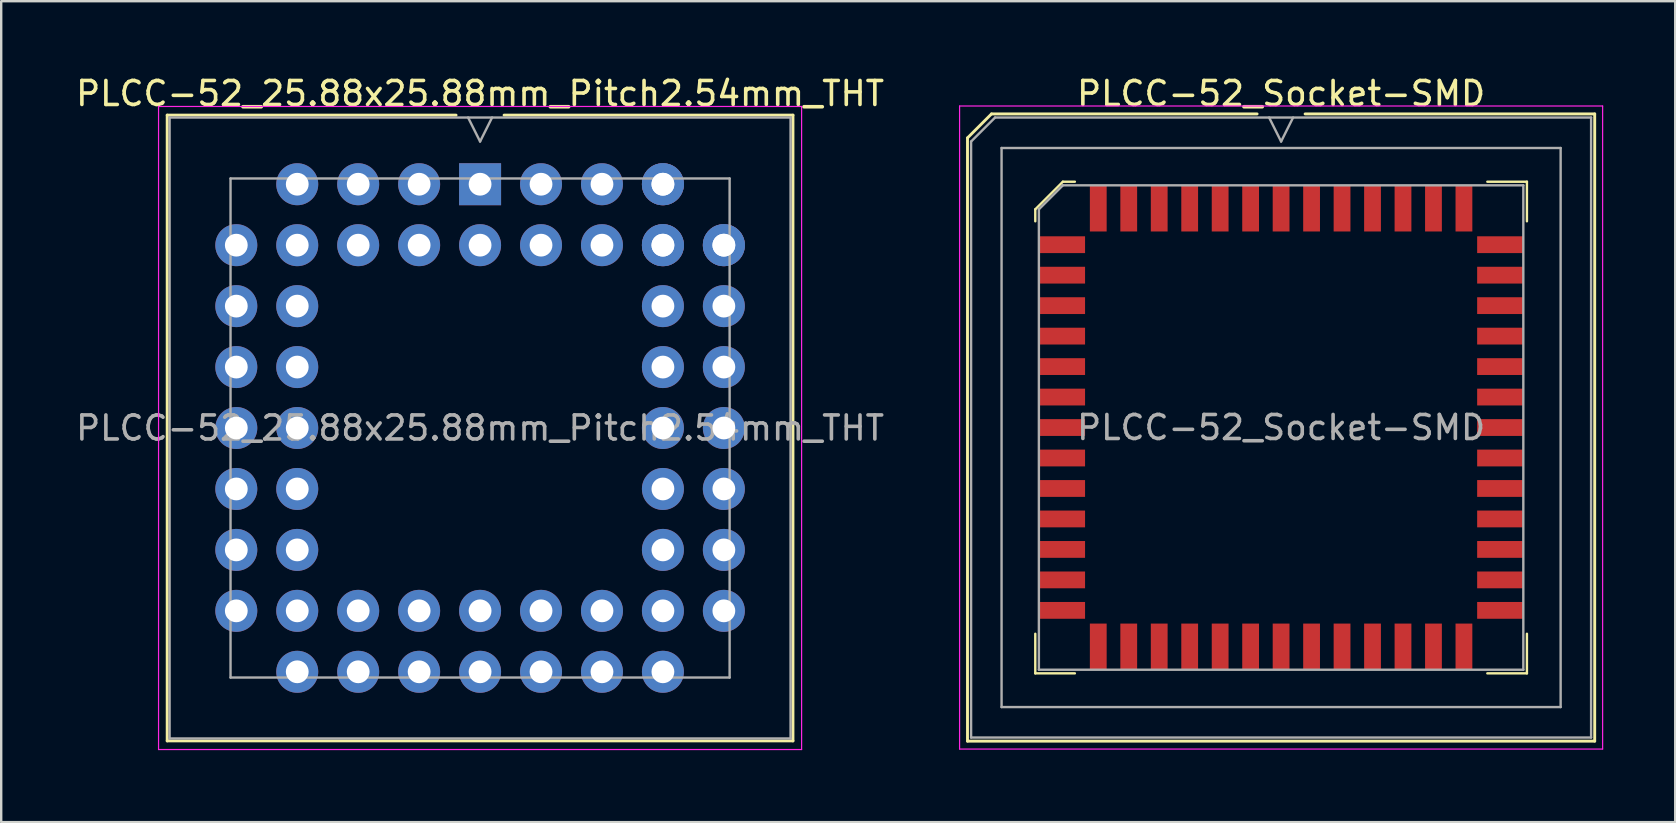
<source format=kicad_pcb>
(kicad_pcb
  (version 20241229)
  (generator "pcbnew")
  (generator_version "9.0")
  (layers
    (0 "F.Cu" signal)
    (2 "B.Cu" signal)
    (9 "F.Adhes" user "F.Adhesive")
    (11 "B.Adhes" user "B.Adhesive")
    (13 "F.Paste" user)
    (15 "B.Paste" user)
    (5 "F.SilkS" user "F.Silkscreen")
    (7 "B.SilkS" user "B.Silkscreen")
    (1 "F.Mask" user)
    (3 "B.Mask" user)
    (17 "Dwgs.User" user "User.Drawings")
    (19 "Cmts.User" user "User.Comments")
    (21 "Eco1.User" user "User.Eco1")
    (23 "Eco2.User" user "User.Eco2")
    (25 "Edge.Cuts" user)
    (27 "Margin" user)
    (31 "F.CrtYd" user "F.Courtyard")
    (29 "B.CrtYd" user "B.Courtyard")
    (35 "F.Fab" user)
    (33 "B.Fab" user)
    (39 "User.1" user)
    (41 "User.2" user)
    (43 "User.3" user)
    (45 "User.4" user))
  (footprint "PLCC-52_25.88x25.88mm_Pitch2.54mm_THT"
    (layer "F.Cu")
    (at 16.958 14.788)
    (property "Reference" "PLCC-52_25.88x25.88mm_Pitch2.54mm_THT" (at 0 -13.94 0) (layer "F.SilkS") (effects (font (size 1 1) (thickness 0.15))))
    (attr through_hole)
    (fp_line (start -13.04 -13.04) (end -13.04 13.04) (stroke (width 0.12) (type solid)) (layer "F.SilkS"))
    (fp_line (start -13.04 13.04) (end 13.04 13.04) (stroke (width 0.12) (type solid)) (layer "F.SilkS"))
    (fp_line (start -1 -13.04) (end -13.04 -13.04) (stroke (width 0.12) (type solid)) (layer "F.SilkS"))
    (fp_line (start 13.04 -13.04) (end 1 -13.04) (stroke (width 0.12) (type solid)) (layer "F.SilkS"))
    (fp_line (start 13.04 13.04) (end 13.04 -13.04) (stroke (width 0.12) (type solid)) (layer "F.SilkS"))
    (fp_line (start -13.4 -13.4) (end -13.4 13.4) (stroke (width 0.05) (type solid)) (layer "F.CrtYd"))
    (fp_line (start -13.4 13.4) (end 13.4 13.4) (stroke (width 0.05) (type solid)) (layer "F.CrtYd"))
    (fp_line (start 13.4 -13.4) (end -13.4 -13.4) (stroke (width 0.05) (type solid)) (layer "F.CrtYd"))
    (fp_line (start 13.4 13.4) (end 13.4 -13.4) (stroke (width 0.05) (type solid)) (layer "F.CrtYd"))
    (fp_line (start -12.94 -12.94) (end -12.94 12.94) (stroke (width 0.1) (type solid)) (layer "F.Fab"))
    (fp_line (start -12.94 12.94) (end 12.94 12.94) (stroke (width 0.1) (type solid)) (layer "F.Fab"))
    (fp_line (start -10.4 -10.4) (end -10.4 10.4) (stroke (width 0.1) (type solid)) (layer "F.Fab"))
    (fp_line (start -10.4 10.4) (end 10.4 10.4) (stroke (width 0.1) (type solid)) (layer "F.Fab"))
    (fp_line (start -0.5 -12.94) (end 0 -11.94) (stroke (width 0.1) (type solid)) (layer "F.Fab"))
    (fp_line (start 0 -11.94) (end 0.5 -12.94) (stroke (width 0.1) (type solid)) (layer "F.Fab"))
    (fp_line (start 10.4 -10.4) (end -10.4 -10.4) (stroke (width 0.1) (type solid)) (layer "F.Fab"))
    (fp_line (start 10.4 10.4) (end 10.4 -10.4) (stroke (width 0.1) (type solid)) (layer "F.Fab"))
    (fp_line (start 12.94 -12.94) (end -12.94 -12.94) (stroke (width 0.1) (type solid)) (layer "F.Fab"))
    (fp_line (start 12.94 12.94) (end 12.94 -12.94) (stroke (width 0.1) (type solid)) (layer "F.Fab"))
    (fp_text user "${REFERENCE}" (at 0 0 0) (layer "F.Fab") (effects (font (size 1 1) (thickness 0.15))))
    (pad "1" thru_hole rect (at 0 -10.16) (size 1.75 1.75) (drill 0.95) (layers "*.Cu" "*.Mask"))
    (pad "2" thru_hole circle (at 0 -7.62) (size 1.75 1.75) (drill 0.95) (layers "*.Cu" "*.Mask"))
    (pad "3" thru_hole circle (at -2.54 -10.16) (size 1.75 1.75) (drill 0.95) (layers "*.Cu" "*.Mask"))
    (pad "4" thru_hole circle (at -2.54 -7.62) (size 1.75 1.75) (drill 0.95) (layers "*.Cu" "*.Mask"))
    (pad "5" thru_hole circle (at -5.08 -10.16) (size 1.75 1.75) (drill 0.95) (layers "*.Cu" "*.Mask"))
    (pad "6" thru_hole circle (at -5.08 -7.62) (size 1.75 1.75) (drill 0.95) (layers "*.Cu" "*.Mask"))
    (pad "7" thru_hole circle (at -7.62 -10.16) (size 1.75 1.75) (drill 0.95) (layers "*.Cu" "*.Mask"))
    (pad "8" thru_hole circle (at -10.16 -7.62) (size 1.75 1.75) (drill 0.95) (layers "*.Cu" "*.Mask"))
    (pad "9" thru_hole circle (at -7.62 -7.62) (size 1.75 1.75) (drill 0.95) (layers "*.Cu" "*.Mask"))
    (pad "10" thru_hole circle (at -10.16 -5.08) (size 1.75 1.75) (drill 0.95) (layers "*.Cu" "*.Mask"))
    (pad "11" thru_hole circle (at -7.62 -5.08) (size 1.75 1.75) (drill 0.95) (layers "*.Cu" "*.Mask"))
    (pad "12" thru_hole circle (at -10.16 -2.54) (size 1.75 1.75) (drill 0.95) (layers "*.Cu" "*.Mask"))
    (pad "13" thru_hole circle (at -7.62 -2.54) (size 1.75 1.75) (drill 0.95) (layers "*.Cu" "*.Mask"))
    (pad "14" thru_hole circle (at -10.16 0) (size 1.75 1.75) (drill 0.95) (layers "*.Cu" "*.Mask"))
    (pad "15" thru_hole circle (at -7.62 0) (size 1.75 1.75) (drill 0.95) (layers "*.Cu" "*.Mask"))
    (pad "16" thru_hole circle (at -10.16 2.54) (size 1.75 1.75) (drill 0.95) (layers "*.Cu" "*.Mask"))
    (pad "17" thru_hole circle (at -7.62 2.54) (size 1.75 1.75) (drill 0.95) (layers "*.Cu" "*.Mask"))
    (pad "18" thru_hole circle (at -10.16 5.08) (size 1.75 1.75) (drill 0.95) (layers "*.Cu" "*.Mask"))
    (pad "19" thru_hole circle (at -7.62 5.08) (size 1.75 1.75) (drill 0.95) (layers "*.Cu" "*.Mask"))
    (pad "20" thru_hole circle (at -10.16 7.62) (size 1.75 1.75) (drill 0.95) (layers "*.Cu" "*.Mask"))
    (pad "21" thru_hole circle (at -7.62 10.16) (size 1.75 1.75) (drill 0.95) (layers "*.Cu" "*.Mask"))
    (pad "22" thru_hole circle (at -7.62 7.62) (size 1.75 1.75) (drill 0.95) (layers "*.Cu" "*.Mask"))
    (pad "23" thru_hole circle (at -5.08 10.16) (size 1.75 1.75) (drill 0.95) (layers "*.Cu" "*.Mask"))
    (pad "24" thru_hole circle (at -5.08 7.62) (size 1.75 1.75) (drill 0.95) (layers "*.Cu" "*.Mask"))
    (pad "25" thru_hole circle (at -2.54 10.16) (size 1.75 1.75) (drill 0.95) (layers "*.Cu" "*.Mask"))
    (pad "26" thru_hole circle (at -2.54 7.62) (size 1.75 1.75) (drill 0.95) (layers "*.Cu" "*.Mask"))
    (pad "27" thru_hole circle (at 0 10.16) (size 1.75 1.75) (drill 0.95) (layers "*.Cu" "*.Mask"))
    (pad "28" thru_hole circle (at 0 7.62) (size 1.75 1.75) (drill 0.95) (layers "*.Cu" "*.Mask"))
    (pad "29" thru_hole circle (at 2.54 10.16) (size 1.75 1.75) (drill 0.95) (layers "*.Cu" "*.Mask"))
    (pad "30" thru_hole circle (at 2.54 7.62) (size 1.75 1.75) (drill 0.95) (layers "*.Cu" "*.Mask"))
    (pad "31" thru_hole circle (at 5.08 10.16) (size 1.75 1.75) (drill 0.95) (layers "*.Cu" "*.Mask"))
    (pad "32" thru_hole circle (at 5.08 7.62) (size 1.75 1.75) (drill 0.95) (layers "*.Cu" "*.Mask"))
    (pad "33" thru_hole circle (at 7.62 10.16) (size 1.75 1.75) (drill 0.95) (layers "*.Cu" "*.Mask"))
    (pad "34" thru_hole circle (at 7.62 7.62) (size 1.75 1.75) (drill 0.95) (layers "*.Cu" "*.Mask"))
    (pad "34" thru_hole circle (at 10.16 7.62) (size 1.75 1.75) (drill 0.95) (layers "*.Cu" "*.Mask"))
    (pad "35" thru_hole circle (at 7.62 5.08) (size 1.75 1.75) (drill 0.95) (layers "*.Cu" "*.Mask"))
    (pad "36" thru_hole circle (at 10.16 5.08) (size 1.75 1.75) (drill 0.95) (layers "*.Cu" "*.Mask"))
    (pad "37" thru_hole circle (at 7.62 2.54) (size 1.75 1.75) (drill 0.95) (layers "*.Cu" "*.Mask"))
    (pad "38" thru_hole circle (at 10.16 2.54) (size 1.75 1.75) (drill 0.95) (layers "*.Cu" "*.Mask"))
    (pad "39" thru_hole circle (at 7.62 0) (size 1.75 1.75) (drill 0.95) (layers "*.Cu" "*.Mask"))
    (pad "40" thru_hole circle (at 10.16 0) (size 1.75 1.75) (drill 0.95) (layers "*.Cu" "*.Mask"))
    (pad "41" thru_hole circle (at 7.62 -2.54) (size 1.75 1.75) (drill 0.95) (layers "*.Cu" "*.Mask"))
    (pad "42" thru_hole circle (at 10.16 -2.54) (size 1.75 1.75) (drill 0.95) (layers "*.Cu" "*.Mask"))
    (pad "43" thru_hole circle (at 7.62 -5.08) (size 1.75 1.75) (drill 0.95) (layers "*.Cu" "*.Mask"))
    (pad "44" thru_hole circle (at 10.16 -5.08) (size 1.75 1.75) (drill 0.95) (layers "*.Cu" "*.Mask"))
    (pad "45" thru_hole circle (at 7.62 -7.62) (size 1.75 1.75) (drill 0.95) (layers "*.Cu" "*.Mask"))
    (pad "46" thru_hole circle (at 10.16 -7.62) (size 1.75 1.75) (drill 0.95) (layers "*.Cu" "*.Mask"))
    (pad "46" thru_hole circle (at 10.16 -7.62) (size 1.75 1.75) (drill 0.95) (layers "*.Cu" "*.Mask"))
    (pad "47" thru_hole circle (at 7.62 -10.16) (size 1.75 1.75) (drill 0.95) (layers "*.Cu" "*.Mask"))
    (pad "47" thru_hole circle (at 7.62 -10.16) (size 1.75 1.75) (drill 0.95) (layers "*.Cu" "*.Mask"))
    (pad "48" thru_hole circle (at 7.62 -7.62) (size 1.75 1.75) (drill 0.95) (layers "*.Cu" "*.Mask"))
    (pad "49" thru_hole circle (at 5.08 -10.16) (size 1.75 1.75) (drill 0.95) (layers "*.Cu" "*.Mask"))
    (pad "50" thru_hole circle (at 5.08 -7.62) (size 1.75 1.75) (drill 0.95) (layers "*.Cu" "*.Mask"))
    (pad "51" thru_hole circle (at 2.54 -10.16) (size 1.75 1.75) (drill 0.95) (layers "*.Cu" "*.Mask"))
    (pad "52" thru_hole circle (at 2.54 -7.62) (size 1.75 1.75) (drill 0.95) (layers "*.Cu" "*.Mask")))
  (footprint "PLCC-52_Socket-SMD"
    (layer "F.Cu")
    (at 50.342 14.768)
    (property "Reference" "PLCC-52_Socket-SMD" (at 0 -13.92 0) (layer "F.SilkS") (effects (font (size 1 1) (thickness 0.15))))
    (attr smd)
    (fp_line (start -13.07 -12.07) (end -13.07 13.07) (stroke (width 0.12) (type solid)) (layer "F.SilkS"))
    (fp_line (start -13.07 13.07) (end 13.07 13.07) (stroke (width 0.12) (type solid)) (layer "F.SilkS"))
    (fp_line (start -12.07 -13.07) (end -13.07 -12.07) (stroke (width 0.12) (type solid)) (layer "F.SilkS"))
    (fp_line (start -10.245 -9.095) (end -10.245 -8.595) (stroke (width 0.1) (type solid)) (layer "F.SilkS"))
    (fp_line (start -10.245 10.245) (end -10.245 8.595) (stroke (width 0.1) (type solid)) (layer "F.SilkS"))
    (fp_line (start -9.095 -10.245) (end -10.245 -9.095) (stroke (width 0.1) (type solid)) (layer "F.SilkS"))
    (fp_line (start -8.595 -10.245) (end -9.095 -10.245) (stroke (width 0.1) (type solid)) (layer "F.SilkS"))
    (fp_line (start -8.595 10.245) (end -10.245 10.245) (stroke (width 0.1) (type solid)) (layer "F.SilkS"))
    (fp_line (start -1 -13.07) (end -12.07 -13.07) (stroke (width 0.12) (type solid)) (layer "F.SilkS"))
    (fp_line (start 8.595 -10.245) (end 10.245 -10.245) (stroke (width 0.1) (type solid)) (layer "F.SilkS"))
    (fp_line (start 8.595 10.245) (end 10.245 10.245) (stroke (width 0.1) (type solid)) (layer "F.SilkS"))
    (fp_line (start 10.245 -10.245) (end 10.245 -8.595) (stroke (width 0.1) (type solid)) (layer "F.SilkS"))
    (fp_line (start 10.245 10.245) (end 10.245 8.595) (stroke (width 0.1) (type solid)) (layer "F.SilkS"))
    (fp_line (start 13.07 -13.07) (end 1 -13.07) (stroke (width 0.12) (type solid)) (layer "F.SilkS"))
    (fp_line (start 13.07 13.07) (end 13.07 -13.07) (stroke (width 0.12) (type solid)) (layer "F.SilkS"))
    (fp_line (start -13.4 -13.4) (end -13.4 13.4) (stroke (width 0.05) (type solid)) (layer "F.CrtYd"))
    (fp_line (start -13.4 13.4) (end 13.4 13.4) (stroke (width 0.05) (type solid)) (layer "F.CrtYd"))
    (fp_line (start 13.4 -13.4) (end -13.4 -13.4) (stroke (width 0.05) (type solid)) (layer "F.CrtYd"))
    (fp_line (start 13.4 13.4) (end 13.4 -13.4) (stroke (width 0.05) (type solid)) (layer "F.CrtYd"))
    (fp_line (start -12.92 -11.92) (end -12.92 12.92) (stroke (width 0.1) (type solid)) (layer "F.Fab"))
    (fp_line (start -12.92 12.92) (end 12.92 12.92) (stroke (width 0.1) (type solid)) (layer "F.Fab"))
    (fp_line (start -11.92 -12.92) (end -12.92 -11.92) (stroke (width 0.1) (type solid)) (layer "F.Fab"))
    (fp_line (start -11.65 -11.65) (end -11.65 11.65) (stroke (width 0.1) (type solid)) (layer "F.Fab"))
    (fp_line (start -11.65 11.65) (end 11.65 11.65) (stroke (width 0.1) (type solid)) (layer "F.Fab"))
    (fp_line (start -10.095 -9.095) (end -10.095 10.095) (stroke (width 0.1) (type solid)) (layer "F.Fab"))
    (fp_line (start -10.095 10.095) (end 10.095 10.095) (stroke (width 0.1) (type solid)) (layer "F.Fab"))
    (fp_line (start -9.095 -10.095) (end -10.095 -9.095) (stroke (width 0.1) (type solid)) (layer "F.Fab"))
    (fp_line (start -0.5 -12.92) (end 0 -11.92) (stroke (width 0.1) (type solid)) (layer "F.Fab"))
    (fp_line (start 0 -11.92) (end 0.5 -12.92) (stroke (width 0.1) (type solid)) (layer "F.Fab"))
    (fp_line (start 10.095 -10.095) (end -9.095 -10.095) (stroke (width 0.1) (type solid)) (layer "F.Fab"))
    (fp_line (start 10.095 10.095) (end 10.095 -10.095) (stroke (width 0.1) (type solid)) (layer "F.Fab"))
    (fp_line (start 11.65 -11.65) (end -11.65 -11.65) (stroke (width 0.1) (type solid)) (layer "F.Fab"))
    (fp_line (start 11.65 11.65) (end 11.65 -11.65) (stroke (width 0.1) (type solid)) (layer "F.Fab"))
    (fp_line (start 12.92 -12.92) (end -11.92 -12.92) (stroke (width 0.1) (type solid)) (layer "F.Fab"))
    (fp_line (start 12.92 12.92) (end 12.92 -12.92) (stroke (width 0.1) (type solid)) (layer "F.Fab"))
    (fp_text user "${REFERENCE}" (at 0 0 0) (layer "F.Fab") (effects (font (size 1 1) (thickness 0.15))))
    (pad "1" smd rect (at 0 -9.133) (size 0.7 1.925) (layers "F.Cu" "F.Mask" "F.Paste"))
    (pad "2" smd rect (at -1.27 -9.133) (size 0.7 1.925) (layers "F.Cu" "F.Mask" "F.Paste"))
    (pad "3" smd rect (at -2.54 -9.133) (size 0.7 1.925) (layers "F.Cu" "F.Mask" "F.Paste"))
    (pad "4" smd rect (at -3.81 -9.133) (size 0.7 1.925) (layers "F.Cu" "F.Mask" "F.Paste"))
    (pad "5" smd rect (at -5.08 -9.133) (size 0.7 1.925) (layers "F.Cu" "F.Mask" "F.Paste"))
    (pad "6" smd rect (at -6.35 -9.133) (size 0.7 1.925) (layers "F.Cu" "F.Mask" "F.Paste"))
    (pad "7" smd rect (at -7.62 -9.133) (size 0.7 1.925) (layers "F.Cu" "F.Mask" "F.Paste"))
    (pad "8" smd rect (at -9.133 -7.62) (size 1.925 0.7) (layers "F.Cu" "F.Mask" "F.Paste"))
    (pad "9" smd rect (at -9.133 -6.35) (size 1.925 0.7) (layers "F.Cu" "F.Mask" "F.Paste"))
    (pad "10" smd rect (at -9.133 -5.08) (size 1.925 0.7) (layers "F.Cu" "F.Mask" "F.Paste"))
    (pad "11" smd rect (at -9.133 -3.81) (size 1.925 0.7) (layers "F.Cu" "F.Mask" "F.Paste"))
    (pad "12" smd rect (at -9.133 -2.54) (size 1.925 0.7) (layers "F.Cu" "F.Mask" "F.Paste"))
    (pad "13" smd rect (at -9.133 -1.27) (size 1.925 0.7) (layers "F.Cu" "F.Mask" "F.Paste"))
    (pad "14" smd rect (at -9.133 0) (size 1.925 0.7) (layers "F.Cu" "F.Mask" "F.Paste"))
    (pad "15" smd rect (at -9.133 1.27) (size 1.925 0.7) (layers "F.Cu" "F.Mask" "F.Paste"))
    (pad "16" smd rect (at -9.133 2.54) (size 1.925 0.7) (layers "F.Cu" "F.Mask" "F.Paste"))
    (pad "17" smd rect (at -9.133 3.81) (size 1.925 0.7) (layers "F.Cu" "F.Mask" "F.Paste"))
    (pad "18" smd rect (at -9.133 5.08) (size 1.925 0.7) (layers "F.Cu" "F.Mask" "F.Paste"))
    (pad "19" smd rect (at -9.133 6.35) (size 1.925 0.7) (layers "F.Cu" "F.Mask" "F.Paste"))
    (pad "20" smd rect (at -9.133 7.62) (size 1.925 0.7) (layers "F.Cu" "F.Mask" "F.Paste"))
    (pad "21" smd rect (at -7.62 9.133) (size 0.7 1.925) (layers "F.Cu" "F.Mask" "F.Paste"))
    (pad "22" smd rect (at -6.35 9.133) (size 0.7 1.925) (layers "F.Cu" "F.Mask" "F.Paste"))
    (pad "23" smd rect (at -5.08 9.133) (size 0.7 1.925) (layers "F.Cu" "F.Mask" "F.Paste"))
    (pad "24" smd rect (at -3.81 9.133) (size 0.7 1.925) (layers "F.Cu" "F.Mask" "F.Paste"))
    (pad "25" smd rect (at -2.54 9.133) (size 0.7 1.925) (layers "F.Cu" "F.Mask" "F.Paste"))
    (pad "26" smd rect (at -1.27 9.133) (size 0.7 1.925) (layers "F.Cu" "F.Mask" "F.Paste"))
    (pad "27" smd rect (at 0 9.133) (size 0.7 1.925) (layers "F.Cu" "F.Mask" "F.Paste"))
    (pad "28" smd rect (at 1.27 9.133) (size 0.7 1.925) (layers "F.Cu" "F.Mask" "F.Paste"))
    (pad "29" smd rect (at 2.54 9.133) (size 0.7 1.925) (layers "F.Cu" "F.Mask" "F.Paste"))
    (pad "30" smd rect (at 3.81 9.133) (size 0.7 1.925) (layers "F.Cu" "F.Mask" "F.Paste"))
    (pad "31" smd rect (at 5.08 9.133) (size 0.7 1.925) (layers "F.Cu" "F.Mask" "F.Paste"))
    (pad "32" smd rect (at 6.35 9.133) (size 0.7 1.925) (layers "F.Cu" "F.Mask" "F.Paste"))
    (pad "33" smd rect (at 7.62 9.133) (size 0.7 1.925) (layers "F.Cu" "F.Mask" "F.Paste"))
    (pad "34" smd rect (at 9.133 7.62) (size 1.925 0.7) (layers "F.Cu" "F.Mask" "F.Paste"))
    (pad "35" smd rect (at 9.133 6.35) (size 1.925 0.7) (layers "F.Cu" "F.Mask" "F.Paste"))
    (pad "36" smd rect (at 9.133 5.08) (size 1.925 0.7) (layers "F.Cu" "F.Mask" "F.Paste"))
    (pad "37" smd rect (at 9.133 3.81) (size 1.925 0.7) (layers "F.Cu" "F.Mask" "F.Paste"))
    (pad "38" smd rect (at 9.133 2.54) (size 1.925 0.7) (layers "F.Cu" "F.Mask" "F.Paste"))
    (pad "39" smd rect (at 9.133 1.27) (size 1.925 0.7) (layers "F.Cu" "F.Mask" "F.Paste"))
    (pad "40" smd rect (at 9.133 0) (size 1.925 0.7) (layers "F.Cu" "F.Mask" "F.Paste"))
    (pad "41" smd rect (at 9.133 -1.27) (size 1.925 0.7) (layers "F.Cu" "F.Mask" "F.Paste"))
    (pad "42" smd rect (at 9.133 -2.54) (size 1.925 0.7) (layers "F.Cu" "F.Mask" "F.Paste"))
    (pad "43" smd rect (at 9.133 -3.81) (size 1.925 0.7) (layers "F.Cu" "F.Mask" "F.Paste"))
    (pad "44" smd rect (at 9.133 -5.08) (size 1.925 0.7) (layers "F.Cu" "F.Mask" "F.Paste"))
    (pad "45" smd rect (at 9.133 -6.35) (size 1.925 0.7) (layers "F.Cu" "F.Mask" "F.Paste"))
    (pad "46" smd rect (at 9.133 -7.62) (size 1.925 0.7) (layers "F.Cu" "F.Mask" "F.Paste"))
    (pad "47" smd rect (at 7.62 -9.133) (size 0.7 1.925) (layers "F.Cu" "F.Mask" "F.Paste"))
    (pad "48" smd rect (at 6.35 -9.133) (size 0.7 1.925) (layers "F.Cu" "F.Mask" "F.Paste"))
    (pad "49" smd rect (at 5.08 -9.133) (size 0.7 1.925) (layers "F.Cu" "F.Mask" "F.Paste"))
    (pad "50" smd rect (at 3.81 -9.133) (size 0.7 1.925) (layers "F.Cu" "F.Mask" "F.Paste"))
    (pad "51" smd rect (at 2.54 -9.133) (size 0.7 1.925) (layers "F.Cu" "F.Mask" "F.Paste"))
    (pad "52" smd rect (at 1.27 -9.133) (size 0.7 1.925) (layers "F.Cu" "F.Mask" "F.Paste")))
  (gr_rect
    (start -3 -3)
    (end 66.767 31.213)
    (stroke (width 0.1) (type default))
    (fill no)
    (layer "Edge.Cuts")))
</source>
